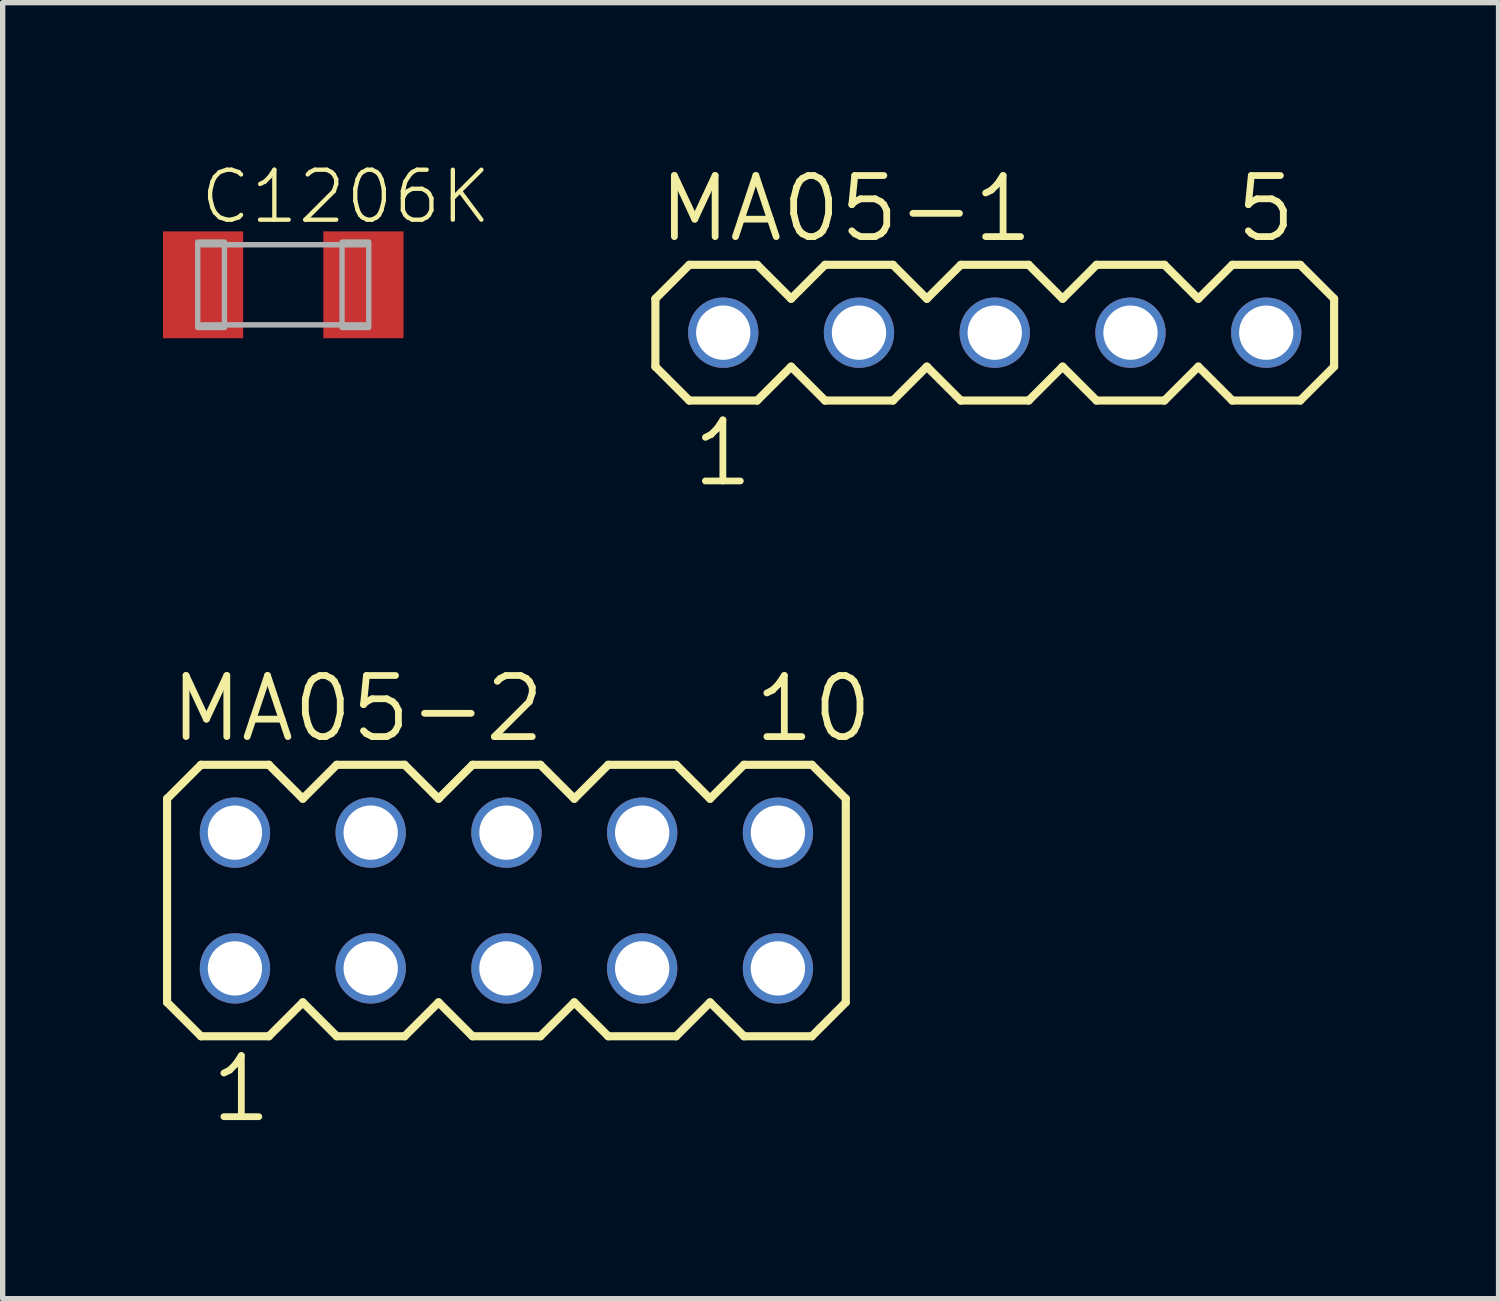
<source format=kicad_pcb>
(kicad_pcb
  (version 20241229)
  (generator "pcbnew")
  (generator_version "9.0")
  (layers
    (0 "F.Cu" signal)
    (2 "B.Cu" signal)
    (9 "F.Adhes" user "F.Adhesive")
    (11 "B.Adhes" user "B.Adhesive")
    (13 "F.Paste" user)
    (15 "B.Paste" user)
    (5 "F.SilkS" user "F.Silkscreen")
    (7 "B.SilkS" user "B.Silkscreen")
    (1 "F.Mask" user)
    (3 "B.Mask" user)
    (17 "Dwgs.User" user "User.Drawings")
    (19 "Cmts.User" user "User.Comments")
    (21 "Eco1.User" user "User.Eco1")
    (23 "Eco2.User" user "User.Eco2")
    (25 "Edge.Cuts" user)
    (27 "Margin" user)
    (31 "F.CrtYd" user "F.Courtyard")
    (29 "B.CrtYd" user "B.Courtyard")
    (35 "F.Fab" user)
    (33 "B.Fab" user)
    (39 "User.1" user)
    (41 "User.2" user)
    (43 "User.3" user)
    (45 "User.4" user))
  (footprint "C1206K"
    (layer "F.Cu")
    (at 2.25 2.279)
    (property "Reference" "C1206K" (at -1.6 -1.1 0) (layer "F.SilkS") (effects (font (size 0.935 0.935) (thickness 0.081)) (justify left bottom)))
    (fp_line (start -1.525 -0.75) (end 1.525 -0.75) (stroke (width 0.102) (type solid)) (layer "F.Fab"))
    (fp_line (start 1.525 0.75) (end -1.525 0.75) (stroke (width 0.102) (type solid)) (layer "F.Fab"))
    (fp_poly (pts (xy -1.6 0.8) (xy -1.1 0.8) (xy -1.1 -0.8) (xy -1.6 -0.8)) (stroke (width 0.1) (type default)) (fill no) (layer "F.Fab"))
    (fp_poly (pts (xy 1.1 0.8) (xy 1.6 0.8) (xy 1.6 -0.8) (xy 1.1 -0.8)) (stroke (width 0.1) (type default)) (fill no) (layer "F.Fab"))
    (pad "1" smd rect (at -1.5 0) (size 1.5 2) (layers "F.Cu" "F.Mask" "F.Paste"))
    (pad "2" smd rect (at 1.5 0) (size 1.5 2) (layers "F.Cu" "F.Mask" "F.Paste")))
  (footprint "MA05-1"
    (layer "F.Cu")
    (at 15.563 3.175)
    (property "Reference" "MA05-1" (at -6.35 -1.651 0) (layer "F.SilkS") (effects (font (size 1.143 1.143) (thickness 0.127)) (justify left bottom)))
    (fp_line (start -6.35 -0.635) (end -6.35 0.635) (stroke (width 0.152) (type solid)) (layer "F.SilkS"))
    (fp_line (start -6.35 0.635) (end -5.715 1.27) (stroke (width 0.152) (type solid)) (layer "F.SilkS"))
    (fp_line (start -5.715 -1.27) (end -6.35 -0.635) (stroke (width 0.152) (type solid)) (layer "F.SilkS"))
    (fp_line (start -5.715 -1.27) (end -4.445 -1.27) (stroke (width 0.152) (type solid)) (layer "F.SilkS"))
    (fp_line (start -4.445 -1.27) (end -3.81 -0.635) (stroke (width 0.152) (type solid)) (layer "F.SilkS"))
    (fp_line (start -4.445 1.27) (end -5.715 1.27) (stroke (width 0.152) (type solid)) (layer "F.SilkS"))
    (fp_line (start -3.81 -0.635) (end -3.175 -1.27) (stroke (width 0.152) (type solid)) (layer "F.SilkS"))
    (fp_line (start -3.81 0.635) (end -4.445 1.27) (stroke (width 0.152) (type solid)) (layer "F.SilkS"))
    (fp_line (start -3.175 -1.27) (end -1.905 -1.27) (stroke (width 0.152) (type solid)) (layer "F.SilkS"))
    (fp_line (start -3.175 1.27) (end -3.81 0.635) (stroke (width 0.152) (type solid)) (layer "F.SilkS"))
    (fp_line (start -1.905 -1.27) (end -1.27 -0.635) (stroke (width 0.152) (type solid)) (layer "F.SilkS"))
    (fp_line (start -1.905 1.27) (end -3.175 1.27) (stroke (width 0.152) (type solid)) (layer "F.SilkS"))
    (fp_line (start -1.27 -0.635) (end -0.635 -1.27) (stroke (width 0.152) (type solid)) (layer "F.SilkS"))
    (fp_line (start -1.27 0.635) (end -1.905 1.27) (stroke (width 0.152) (type solid)) (layer "F.SilkS"))
    (fp_line (start -0.635 -1.27) (end 0.635 -1.27) (stroke (width 0.152) (type solid)) (layer "F.SilkS"))
    (fp_line (start -0.635 1.27) (end -1.27 0.635) (stroke (width 0.152) (type solid)) (layer "F.SilkS"))
    (fp_line (start 0.635 -1.27) (end 1.27 -0.635) (stroke (width 0.152) (type solid)) (layer "F.SilkS"))
    (fp_line (start 0.635 1.27) (end -0.635 1.27) (stroke (width 0.152) (type solid)) (layer "F.SilkS"))
    (fp_line (start 1.27 0.635) (end 0.635 1.27) (stroke (width 0.152) (type solid)) (layer "F.SilkS"))
    (fp_line (start 1.27 0.635) (end 1.905 1.27) (stroke (width 0.152) (type solid)) (layer "F.SilkS"))
    (fp_line (start 1.905 -1.27) (end 1.27 -0.635) (stroke (width 0.152) (type solid)) (layer "F.SilkS"))
    (fp_line (start 1.905 -1.27) (end 3.175 -1.27) (stroke (width 0.152) (type solid)) (layer "F.SilkS"))
    (fp_line (start 3.175 -1.27) (end 3.81 -0.635) (stroke (width 0.152) (type solid)) (layer "F.SilkS"))
    (fp_line (start 3.175 1.27) (end 1.905 1.27) (stroke (width 0.152) (type solid)) (layer "F.SilkS"))
    (fp_line (start 3.81 -0.635) (end 4.445 -1.27) (stroke (width 0.152) (type solid)) (layer "F.SilkS"))
    (fp_line (start 3.81 0.635) (end 3.175 1.27) (stroke (width 0.152) (type solid)) (layer "F.SilkS"))
    (fp_line (start 4.445 -1.27) (end 5.715 -1.27) (stroke (width 0.152) (type solid)) (layer "F.SilkS"))
    (fp_line (start 4.445 1.27) (end 3.81 0.635) (stroke (width 0.152) (type solid)) (layer "F.SilkS"))
    (fp_line (start 5.715 -1.27) (end 6.35 -0.635) (stroke (width 0.152) (type solid)) (layer "F.SilkS"))
    (fp_line (start 5.715 1.27) (end 4.445 1.27) (stroke (width 0.152) (type solid)) (layer "F.SilkS"))
    (fp_line (start 6.35 -0.635) (end 6.35 0.635) (stroke (width 0.152) (type solid)) (layer "F.SilkS"))
    (fp_line (start 6.35 0.635) (end 5.715 1.27) (stroke (width 0.152) (type solid)) (layer "F.SilkS"))
    (fp_poly (pts (xy -5.334 0.254) (xy -4.826 0.254) (xy -4.826 -0.254) (xy -5.334 -0.254)) (stroke (width 0.1) (type default)) (fill no) (layer "F.Fab"))
    (fp_poly (pts (xy -2.794 0.254) (xy -2.286 0.254) (xy -2.286 -0.254) (xy -2.794 -0.254)) (stroke (width 0.1) (type default)) (fill no) (layer "F.Fab"))
    (fp_poly (pts (xy -0.254 0.254) (xy 0.254 0.254) (xy 0.254 -0.254) (xy -0.254 -0.254)) (stroke (width 0.1) (type default)) (fill no) (layer "F.Fab"))
    (fp_poly (pts (xy 2.286 0.254) (xy 2.794 0.254) (xy 2.794 -0.254) (xy 2.286 -0.254)) (stroke (width 0.1) (type default)) (fill no) (layer "F.Fab"))
    (fp_poly (pts (xy 4.826 0.254) (xy 5.334 0.254) (xy 5.334 -0.254) (xy 4.826 -0.254)) (stroke (width 0.1) (type default)) (fill no) (layer "F.Fab"))
    (fp_text user "1" (at -5.715 2.921 0) (layer "F.SilkS") (effects (font (size 1.143 1.143) (thickness 0.127)) (justify left bottom)))
    (fp_text user "5" (at 4.445 -1.651 0) (layer "F.SilkS") (effects (font (size 1.143 1.143) (thickness 0.127)) (justify left bottom)))
    (pad "1" thru_hole circle (at -5.08 0 90) (size 1.316 1.316) (drill 1.016) (layers "*.Cu" "*.Mask"))
    (pad "2" thru_hole circle (at -2.54 0 90) (size 1.316 1.316) (drill 1.016) (layers "*.Cu" "*.Mask"))
    (pad "3" thru_hole circle (at 0 0 90) (size 1.316 1.316) (drill 1.016) (layers "*.Cu" "*.Mask"))
    (pad "4" thru_hole circle (at 2.54 0 90) (size 1.316 1.316) (drill 1.016) (layers "*.Cu" "*.Mask"))
    (pad "5" thru_hole circle (at 5.08 0 90) (size 1.316 1.316) (drill 1.016) (layers "*.Cu" "*.Mask")))
  (footprint "MA05-2"
    (layer "F.Cu")
    (at 6.426 13.8)
    (property "Reference" "MA05-2" (at -6.35 -2.921 0) (layer "F.SilkS") (effects (font (size 1.143 1.143) (thickness 0.127)) (justify left bottom)))
    (fp_line (start -6.35 -1.905) (end -6.35 1.905) (stroke (width 0.152) (type solid)) (layer "F.SilkS"))
    (fp_line (start -6.35 1.905) (end -5.715 2.54) (stroke (width 0.152) (type solid)) (layer "F.SilkS"))
    (fp_line (start -5.715 -2.54) (end -6.35 -1.905) (stroke (width 0.152) (type solid)) (layer "F.SilkS"))
    (fp_line (start -5.715 -2.54) (end -4.445 -2.54) (stroke (width 0.152) (type solid)) (layer "F.SilkS"))
    (fp_line (start -4.445 -2.54) (end -3.81 -1.905) (stroke (width 0.152) (type solid)) (layer "F.SilkS"))
    (fp_line (start -4.445 2.54) (end -5.715 2.54) (stroke (width 0.152) (type solid)) (layer "F.SilkS"))
    (fp_line (start -3.81 -1.905) (end -3.175 -2.54) (stroke (width 0.152) (type solid)) (layer "F.SilkS"))
    (fp_line (start -3.81 1.905) (end -4.445 2.54) (stroke (width 0.152) (type solid)) (layer "F.SilkS"))
    (fp_line (start -3.175 -2.54) (end -1.905 -2.54) (stroke (width 0.152) (type solid)) (layer "F.SilkS"))
    (fp_line (start -3.175 2.54) (end -3.81 1.905) (stroke (width 0.152) (type solid)) (layer "F.SilkS"))
    (fp_line (start -1.905 -2.54) (end -1.27 -1.905) (stroke (width 0.152) (type solid)) (layer "F.SilkS"))
    (fp_line (start -1.905 2.54) (end -3.175 2.54) (stroke (width 0.152) (type solid)) (layer "F.SilkS"))
    (fp_line (start -1.27 -1.905) (end -0.635 -2.54) (stroke (width 0.152) (type solid)) (layer "F.SilkS"))
    (fp_line (start -1.27 1.905) (end -1.905 2.54) (stroke (width 0.152) (type solid)) (layer "F.SilkS"))
    (fp_line (start -0.635 -2.54) (end 0.635 -2.54) (stroke (width 0.152) (type solid)) (layer "F.SilkS"))
    (fp_line (start -0.635 2.54) (end -1.27 1.905) (stroke (width 0.152) (type solid)) (layer "F.SilkS"))
    (fp_line (start 0.635 -2.54) (end 1.27 -1.905) (stroke (width 0.152) (type solid)) (layer "F.SilkS"))
    (fp_line (start 0.635 2.54) (end -0.635 2.54) (stroke (width 0.152) (type solid)) (layer "F.SilkS"))
    (fp_line (start 1.27 1.905) (end 0.635 2.54) (stroke (width 0.152) (type solid)) (layer "F.SilkS"))
    (fp_line (start 1.27 1.905) (end 1.905 2.54) (stroke (width 0.152) (type solid)) (layer "F.SilkS"))
    (fp_line (start 1.905 -2.54) (end 1.27 -1.905) (stroke (width 0.152) (type solid)) (layer "F.SilkS"))
    (fp_line (start 1.905 -2.54) (end 3.175 -2.54) (stroke (width 0.152) (type solid)) (layer "F.SilkS"))
    (fp_line (start 3.175 -2.54) (end 3.81 -1.905) (stroke (width 0.152) (type solid)) (layer "F.SilkS"))
    (fp_line (start 3.175 2.54) (end 1.905 2.54) (stroke (width 0.152) (type solid)) (layer "F.SilkS"))
    (fp_line (start 3.81 -1.905) (end 4.445 -2.54) (stroke (width 0.152) (type solid)) (layer "F.SilkS"))
    (fp_line (start 3.81 1.905) (end 3.175 2.54) (stroke (width 0.152) (type solid)) (layer "F.SilkS"))
    (fp_line (start 4.445 -2.54) (end 5.715 -2.54) (stroke (width 0.152) (type solid)) (layer "F.SilkS"))
    (fp_line (start 4.445 2.54) (end 3.81 1.905) (stroke (width 0.152) (type solid)) (layer "F.SilkS"))
    (fp_line (start 5.715 -2.54) (end 6.35 -1.905) (stroke (width 0.152) (type solid)) (layer "F.SilkS"))
    (fp_line (start 5.715 2.54) (end 4.445 2.54) (stroke (width 0.152) (type solid)) (layer "F.SilkS"))
    (fp_line (start 6.35 -1.905) (end 6.35 1.905) (stroke (width 0.152) (type solid)) (layer "F.SilkS"))
    (fp_line (start 6.35 1.905) (end 5.715 2.54) (stroke (width 0.152) (type solid)) (layer "F.SilkS"))
    (fp_poly (pts (xy -5.334 -1.016) (xy -4.826 -1.016) (xy -4.826 -1.524) (xy -5.334 -1.524)) (stroke (width 0.1) (type default)) (fill no) (layer "F.Fab"))
    (fp_poly (pts (xy -5.334 1.524) (xy -4.826 1.524) (xy -4.826 1.016) (xy -5.334 1.016)) (stroke (width 0.1) (type default)) (fill no) (layer "F.Fab"))
    (fp_poly (pts (xy -2.794 -1.016) (xy -2.286 -1.016) (xy -2.286 -1.524) (xy -2.794 -1.524)) (stroke (width 0.1) (type default)) (fill no) (layer "F.Fab"))
    (fp_poly (pts (xy -2.794 1.524) (xy -2.286 1.524) (xy -2.286 1.016) (xy -2.794 1.016)) (stroke (width 0.1) (type default)) (fill no) (layer "F.Fab"))
    (fp_poly (pts (xy -0.254 -1.016) (xy 0.254 -1.016) (xy 0.254 -1.524) (xy -0.254 -1.524)) (stroke (width 0.1) (type default)) (fill no) (layer "F.Fab"))
    (fp_poly (pts (xy -0.254 1.524) (xy 0.254 1.524) (xy 0.254 1.016) (xy -0.254 1.016)) (stroke (width 0.1) (type default)) (fill no) (layer "F.Fab"))
    (fp_poly (pts (xy 2.286 -1.016) (xy 2.794 -1.016) (xy 2.794 -1.524) (xy 2.286 -1.524)) (stroke (width 0.1) (type default)) (fill no) (layer "F.Fab"))
    (fp_poly (pts (xy 2.286 1.524) (xy 2.794 1.524) (xy 2.794 1.016) (xy 2.286 1.016)) (stroke (width 0.1) (type default)) (fill no) (layer "F.Fab"))
    (fp_poly (pts (xy 4.826 -1.016) (xy 5.334 -1.016) (xy 5.334 -1.524) (xy 4.826 -1.524)) (stroke (width 0.1) (type default)) (fill no) (layer "F.Fab"))
    (fp_poly (pts (xy 4.826 1.524) (xy 5.334 1.524) (xy 5.334 1.016) (xy 4.826 1.016)) (stroke (width 0.1) (type default)) (fill no) (layer "F.Fab"))
    (fp_text user "10" (at 4.572 -2.921 0) (layer "F.SilkS") (effects (font (size 1.143 1.143) (thickness 0.127)) (justify left bottom)))
    (fp_text user "1" (at -5.588 4.191 0) (layer "F.SilkS") (effects (font (size 1.143 1.143) (thickness 0.127)) (justify left bottom)))
    (pad "1" thru_hole circle (at -5.08 1.27) (size 1.316 1.316) (drill 1.016) (layers "*.Cu" "*.Mask"))
    (pad "2" thru_hole circle (at -5.08 -1.27) (size 1.316 1.316) (drill 1.016) (layers "*.Cu" "*.Mask"))
    (pad "3" thru_hole circle (at -2.54 1.27) (size 1.316 1.316) (drill 1.016) (layers "*.Cu" "*.Mask"))
    (pad "4" thru_hole circle (at -2.54 -1.27) (size 1.316 1.316) (drill 1.016) (layers "*.Cu" "*.Mask"))
    (pad "5" thru_hole circle (at 0 1.27) (size 1.316 1.316) (drill 1.016) (layers "*.Cu" "*.Mask"))
    (pad "6" thru_hole circle (at 0 -1.27) (size 1.316 1.316) (drill 1.016) (layers "*.Cu" "*.Mask"))
    (pad "7" thru_hole circle (at 2.54 1.27) (size 1.316 1.316) (drill 1.016) (layers "*.Cu" "*.Mask"))
    (pad "8" thru_hole circle (at 2.54 -1.27) (size 1.316 1.316) (drill 1.016) (layers "*.Cu" "*.Mask"))
    (pad "9" thru_hole circle (at 5.08 1.27) (size 1.316 1.316) (drill 1.016) (layers "*.Cu" "*.Mask"))
    (pad "10" thru_hole circle (at 5.08 -1.27) (size 1.316 1.316) (drill 1.016) (layers "*.Cu" "*.Mask")))
  (gr_rect
    (start -3 -3)
    (end 24.99 21.25)
    (stroke (width 0.1) (type default))
    (fill no)
    (layer "Edge.Cuts")))
</source>
